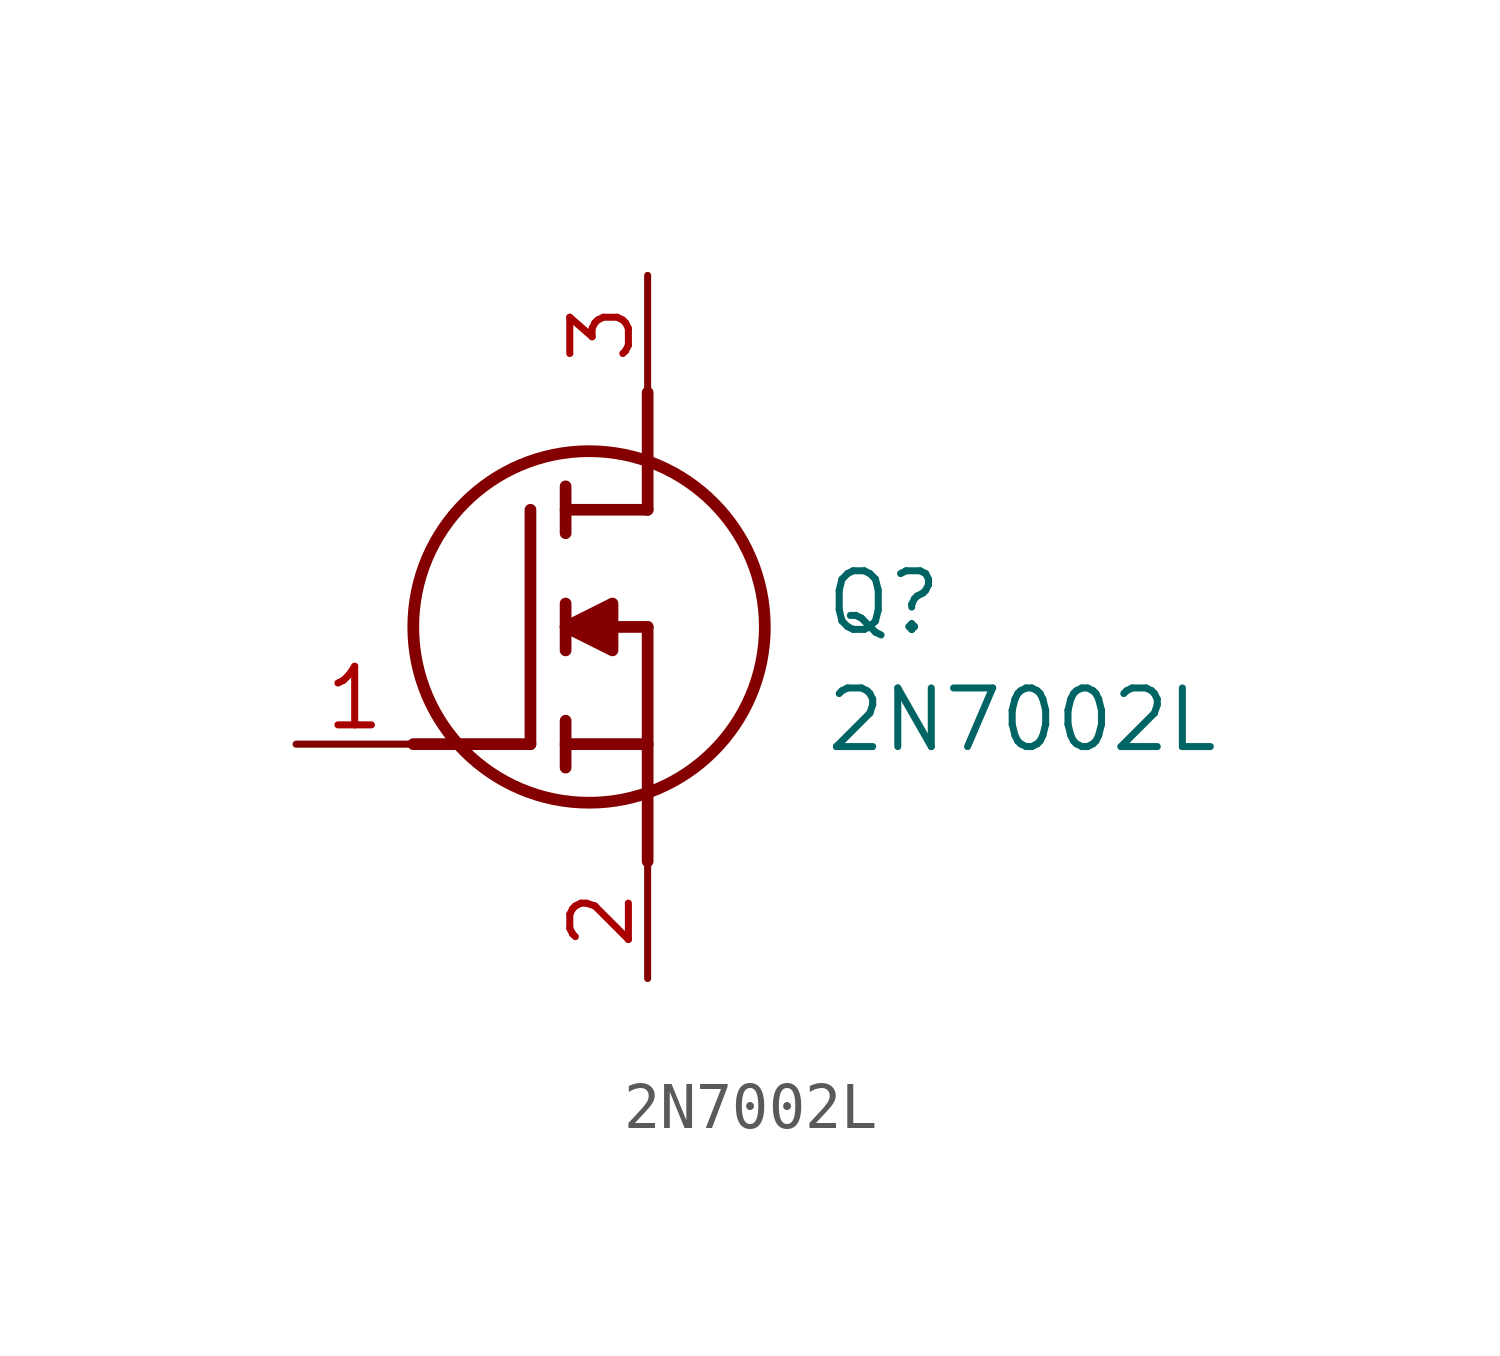
<source format=kicad_sym>
(kicad_symbol_lib
  (version 20211014)
  (generator SamacSys_ECAD_Model)
  (symbol "2N7002L"
    (pin_names hide)
    (property "Reference" "Q"
      (at 11.43 3.81 0)
      (effects (font (size 1.27 1.27)) (justify left top)))
    (property "Value" "2N7002L"
      (at 11.43 1.27 0)
      (effects (font (size 1.27 1.27)) (justify left top)))
    (polyline
      (pts (xy 7.62 2.54) (xy 7.62 -2.54))
      (stroke (width 0.254) (type default))
      (fill (type none)))
    (polyline
      (pts (xy 7.62 5.08) (xy 7.62 7.62))
      (stroke (width 0.254) (type default))
      (fill (type none)))
    (polyline
      (pts (xy 2.54 0) (xy 5.08 0))
      (stroke (width 0.254) (type default))
      (fill (type none)))
    (polyline
      (pts (xy 5.08 5.08) (xy 5.08 0))
      (stroke (width 0.254) (type default))
      (fill (type none)))
    (polyline
      (pts (xy 7.62 2.54) (xy 5.842 2.54))
      (stroke (width 0.254) (type default))
      (fill (type none)))
    (polyline
      (pts (xy 7.62 5.08) (xy 5.842 5.08))
      (stroke (width 0.254) (type default))
      (fill (type none)))
    (polyline
      (pts (xy 5.842 0) (xy 7.62 0))
      (stroke (width 0.254) (type default))
      (fill (type none)))
    (polyline
      (pts (xy 5.842 5.588) (xy 5.842 4.572))
      (stroke (width 0.254) (type default))
      (fill (type none)))
    (polyline
      (pts (xy 5.842 -0.508) (xy 5.842 0.508))
      (stroke (width 0.254) (type default))
      (fill (type none)))
    (polyline
      (pts (xy 5.842 2.032) (xy 5.842 3.048))
      (stroke (width 0.254) (type default))
      (fill (type none)))
    (circle
      (center 6.35 2.54)
      (radius 3.81)
      (stroke (width 0.254) (type default))
      (fill (type none)))
    (polyline
      (pts (xy 5.842 2.54) (xy 6.858 3.048) (xy 6.858 2.032) (xy 5.842 2.54))
      (stroke (width 0.254) (type default))
      (fill (type outline)))
    (pin passive line
      (at 0 0 0)
      (length 2.54)
      (name "G" (effects (font (size 1.27 1.27))))
      (number "1" (effects (font (size 1.27 1.27)))))
    (pin passive line
      (at 7.62 10.16 270)
      (length 2.54)
      (name "D" (effects (font (size 1.27 1.27))))
      (number "3" (effects (font (size 1.27 1.27)))))
    (pin passive line
      (at 7.62 -5.08 90)
      (length 2.54)
      (name "S" (effects (font (size 1.27 1.27))))
      (number "2" (effects (font (size 1.27 1.27)))))))
</source>
